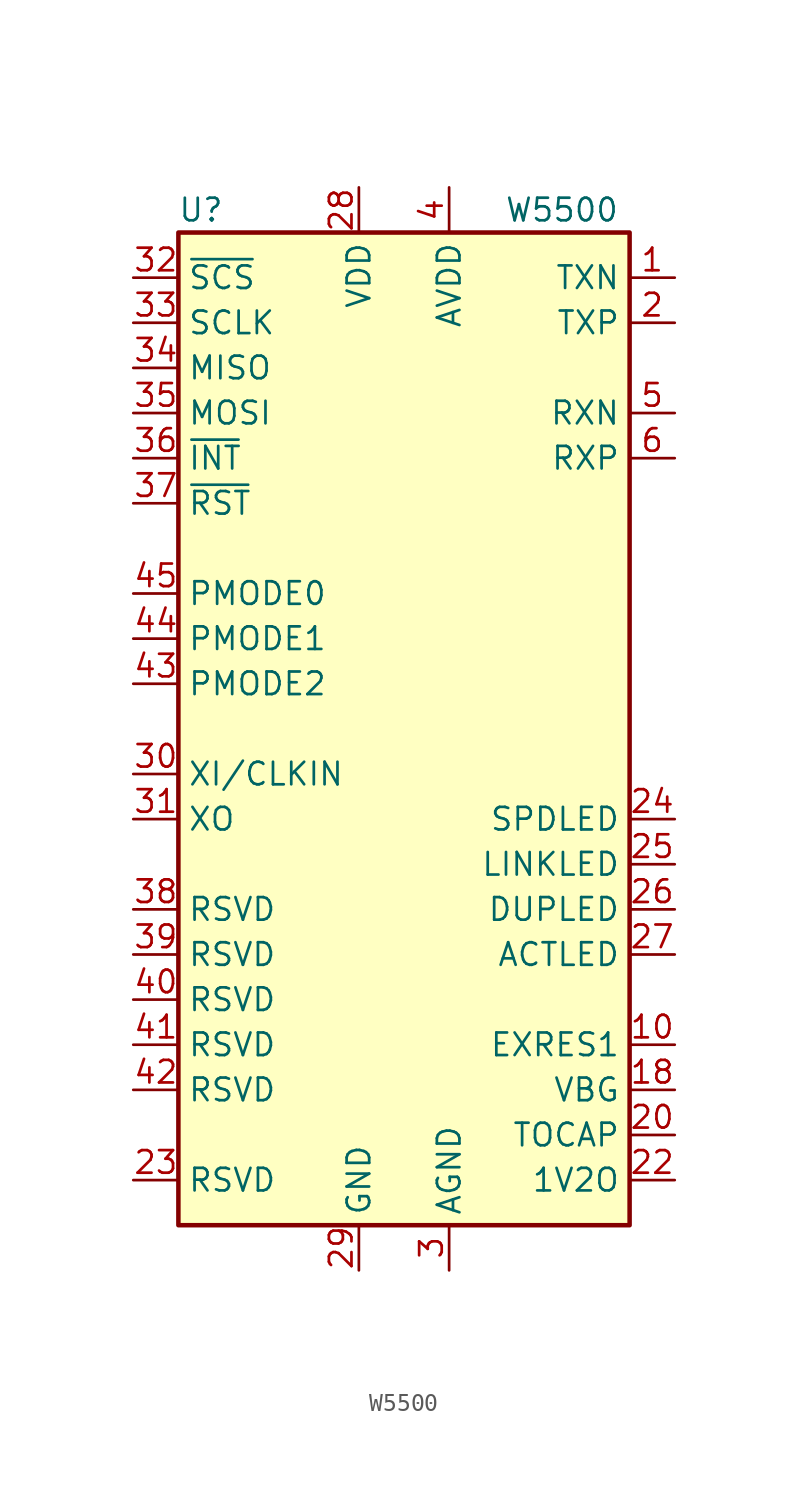
<source format=kicad_sym>
(kicad_symbol_lib
  (version 20201005)
  (generator kicad_symbol_editor)
  (symbol "W5500"
    (property "Reference" "U"
      (at -11.43 29.21 0)
      (effects (font (size 1.27 1.27))))
    (property "Value" "W5500"
      (at 8.89 29.21 0)
      (effects (font (size 1.27 1.27))))
    (symbol "W5500_0_1"
      (rectangle (start -12.7 27.94) (end 12.7 -27.94) (stroke (width 0.254)) (fill (type background))))
    (symbol "W5500_1_1"
      (pin output line (at 15.24 25.4 180) (length 2.54) (name "TXN" (effects (font (size 1.27 1.27)))) (number "1" (effects (font (size 1.27 1.27)))))
      (pin passive line (at 15.24 -17.78 180) (length 2.54) (name "EXRES1" (effects (font (size 1.27 1.27)))) (number "10" (effects (font (size 1.27 1.27)))))
      (pin passive line (at 2.54 30.48 270) (length 2.54) hide (name "AVDD" (effects (font (size 1.27 1.27)))) (number "11" (effects (font (size 1.27 1.27)))))
      (pin no_connect line (at 12.7 7.62 180) (length 2.54) hide (name "NC" (effects (font (size 1.27 1.27)))) (number "12" (effects (font (size 1.27 1.27)))))
      (pin no_connect line (at 12.7 5.08 180) (length 2.54) hide (name "NC" (effects (font (size 1.27 1.27)))) (number "13" (effects (font (size 1.27 1.27)))))
      (pin passive line (at 2.54 -30.48 90) (length 2.54) hide (name "AGND" (effects (font (size 1.27 1.27)))) (number "14" (effects (font (size 1.27 1.27)))))
      (pin passive line (at 2.54 30.48 270) (length 2.54) hide (name "AVDD" (effects (font (size 1.27 1.27)))) (number "15" (effects (font (size 1.27 1.27)))))
      (pin passive line (at 2.54 -30.48 90) (length 2.54) hide (name "AGND" (effects (font (size 1.27 1.27)))) (number "16" (effects (font (size 1.27 1.27)))))
      (pin passive line (at 2.54 30.48 270) (length 2.54) hide (name "AVDD" (effects (font (size 1.27 1.27)))) (number "17" (effects (font (size 1.27 1.27)))))
      (pin passive line (at 15.24 -20.32 180) (length 2.54) (name "VBG" (effects (font (size 1.27 1.27)))) (number "18" (effects (font (size 1.27 1.27)))))
      (pin passive line (at 2.54 -30.48 90) (length 2.54) hide (name "AGND" (effects (font (size 1.27 1.27)))) (number "19" (effects (font (size 1.27 1.27)))))
      (pin output line (at 15.24 22.86 180) (length 2.54) (name "TXP" (effects (font (size 1.27 1.27)))) (number "2" (effects (font (size 1.27 1.27)))))
      (pin passive line (at 15.24 -22.86 180) (length 2.54) (name "TOCAP" (effects (font (size 1.27 1.27)))) (number "20" (effects (font (size 1.27 1.27)))))
      (pin passive line (at 2.54 30.48 270) (length 2.54) hide (name "AVDD" (effects (font (size 1.27 1.27)))) (number "21" (effects (font (size 1.27 1.27)))))
      (pin output line (at 15.24 -25.4 180) (length 2.54) (name "1V2O" (effects (font (size 1.27 1.27)))) (number "22" (effects (font (size 1.27 1.27)))))
      (pin input line (at -15.24 -25.4 0) (length 2.54) (name "RSVD" (effects (font (size 1.27 1.27)))) (number "23" (effects (font (size 1.27 1.27)))))
      (pin output line (at 15.24 -5.08 180) (length 2.54) (name "SPDLED" (effects (font (size 1.27 1.27)))) (number "24" (effects (font (size 1.27 1.27)))))
      (pin output line (at 15.24 -7.62 180) (length 2.54) (name "LINKLED" (effects (font (size 1.27 1.27)))) (number "25" (effects (font (size 1.27 1.27)))))
      (pin output line (at 15.24 -10.16 180) (length 2.54) (name "DUPLED" (effects (font (size 1.27 1.27)))) (number "26" (effects (font (size 1.27 1.27)))))
      (pin output line (at 15.24 -12.7 180) (length 2.54) (name "ACTLED" (effects (font (size 1.27 1.27)))) (number "27" (effects (font (size 1.27 1.27)))))
      (pin power_in line (at -2.54 30.48 270) (length 2.54) (name "VDD" (effects (font (size 1.27 1.27)))) (number "28" (effects (font (size 1.27 1.27)))))
      (pin power_in line (at -2.54 -30.48 90) (length 2.54) (name "GND" (effects (font (size 1.27 1.27)))) (number "29" (effects (font (size 1.27 1.27)))))
      (pin power_in line (at 2.54 -30.48 90) (length 2.54) (name "AGND" (effects (font (size 1.27 1.27)))) (number "3" (effects (font (size 1.27 1.27)))))
      (pin input line (at -15.24 -2.54 0) (length 2.54) (name "XI/CLKIN" (effects (font (size 1.27 1.27)))) (number "30" (effects (font (size 1.27 1.27)))))
      (pin output line (at -15.24 -5.08 0) (length 2.54) (name "XO" (effects (font (size 1.27 1.27)))) (number "31" (effects (font (size 1.27 1.27)))))
      (pin input line (at -15.24 25.4 0) (length 2.54) (name "~SCS" (effects (font (size 1.27 1.27)))) (number "32" (effects (font (size 1.27 1.27)))))
      (pin input line (at -15.24 22.86 0) (length 2.54) (name "SCLK" (effects (font (size 1.27 1.27)))) (number "33" (effects (font (size 1.27 1.27)))))
      (pin output line (at -15.24 20.32 0) (length 2.54) (name "MISO" (effects (font (size 1.27 1.27)))) (number "34" (effects (font (size 1.27 1.27)))))
      (pin input line (at -15.24 17.78 0) (length 2.54) (name "MOSI" (effects (font (size 1.27 1.27)))) (number "35" (effects (font (size 1.27 1.27)))))
      (pin input line (at -15.24 15.24 0) (length 2.54) (name "~INT" (effects (font (size 1.27 1.27)))) (number "36" (effects (font (size 1.27 1.27)))))
      (pin input line (at -15.24 12.7 0) (length 2.54) (name "~RST" (effects (font (size 1.27 1.27)))) (number "37" (effects (font (size 1.27 1.27)))))
      (pin input line (at -15.24 -10.16 0) (length 2.54) (name "RSVD" (effects (font (size 1.27 1.27)))) (number "38" (effects (font (size 1.27 1.27)))))
      (pin input line (at -15.24 -12.7 0) (length 2.54) (name "RSVD" (effects (font (size 1.27 1.27)))) (number "39" (effects (font (size 1.27 1.27)))))
      (pin power_in line (at 2.54 30.48 270) (length 2.54) (name "AVDD" (effects (font (size 1.27 1.27)))) (number "4" (effects (font (size 1.27 1.27)))))
      (pin input line (at -15.24 -15.24 0) (length 2.54) (name "RSVD" (effects (font (size 1.27 1.27)))) (number "40" (effects (font (size 1.27 1.27)))))
      (pin input line (at -15.24 -17.78 0) (length 2.54) (name "RSVD" (effects (font (size 1.27 1.27)))) (number "41" (effects (font (size 1.27 1.27)))))
      (pin input line (at -15.24 -20.32 0) (length 2.54) (name "RSVD" (effects (font (size 1.27 1.27)))) (number "42" (effects (font (size 1.27 1.27)))))
      (pin input line (at -15.24 2.54 0) (length 2.54) (name "PMODE2" (effects (font (size 1.27 1.27)))) (number "43" (effects (font (size 1.27 1.27)))))
      (pin input line (at -15.24 5.08 0) (length 2.54) (name "PMODE1" (effects (font (size 1.27 1.27)))) (number "44" (effects (font (size 1.27 1.27)))))
      (pin input line (at -15.24 7.62 0) (length 2.54) (name "PMODE0" (effects (font (size 1.27 1.27)))) (number "45" (effects (font (size 1.27 1.27)))))
      (pin no_connect line (at 12.7 2.54 180) (length 2.54) hide (name "NC" (effects (font (size 1.27 1.27)))) (number "46" (effects (font (size 1.27 1.27)))))
      (pin no_connect line (at 12.7 0 180) (length 2.54) hide (name "NC" (effects (font (size 1.27 1.27)))) (number "47" (effects (font (size 1.27 1.27)))))
      (pin passive line (at 2.54 -30.48 90) (length 2.54) hide (name "AGND" (effects (font (size 1.27 1.27)))) (number "48" (effects (font (size 1.27 1.27)))))
      (pin input line (at 15.24 17.78 180) (length 2.54) (name "RXN" (effects (font (size 1.27 1.27)))) (number "5" (effects (font (size 1.27 1.27)))))
      (pin input line (at 15.24 15.24 180) (length 2.54) (name "RXP" (effects (font (size 1.27 1.27)))) (number "6" (effects (font (size 1.27 1.27)))))
      (pin no_connect line (at 12.7 10.16 180) (length 2.54) hide (name "DNC" (effects (font (size 1.27 1.27)))) (number "7" (effects (font (size 1.27 1.27)))))
      (pin passive line (at 2.54 30.48 270) (length 2.54) hide (name "AVDD" (effects (font (size 1.27 1.27)))) (number "8" (effects (font (size 1.27 1.27)))))
      (pin passive line (at 2.54 -30.48 90) (length 2.54) hide (name "AGND" (effects (font (size 1.27 1.27)))) (number "9" (effects (font (size 1.27 1.27))))))))
</source>
